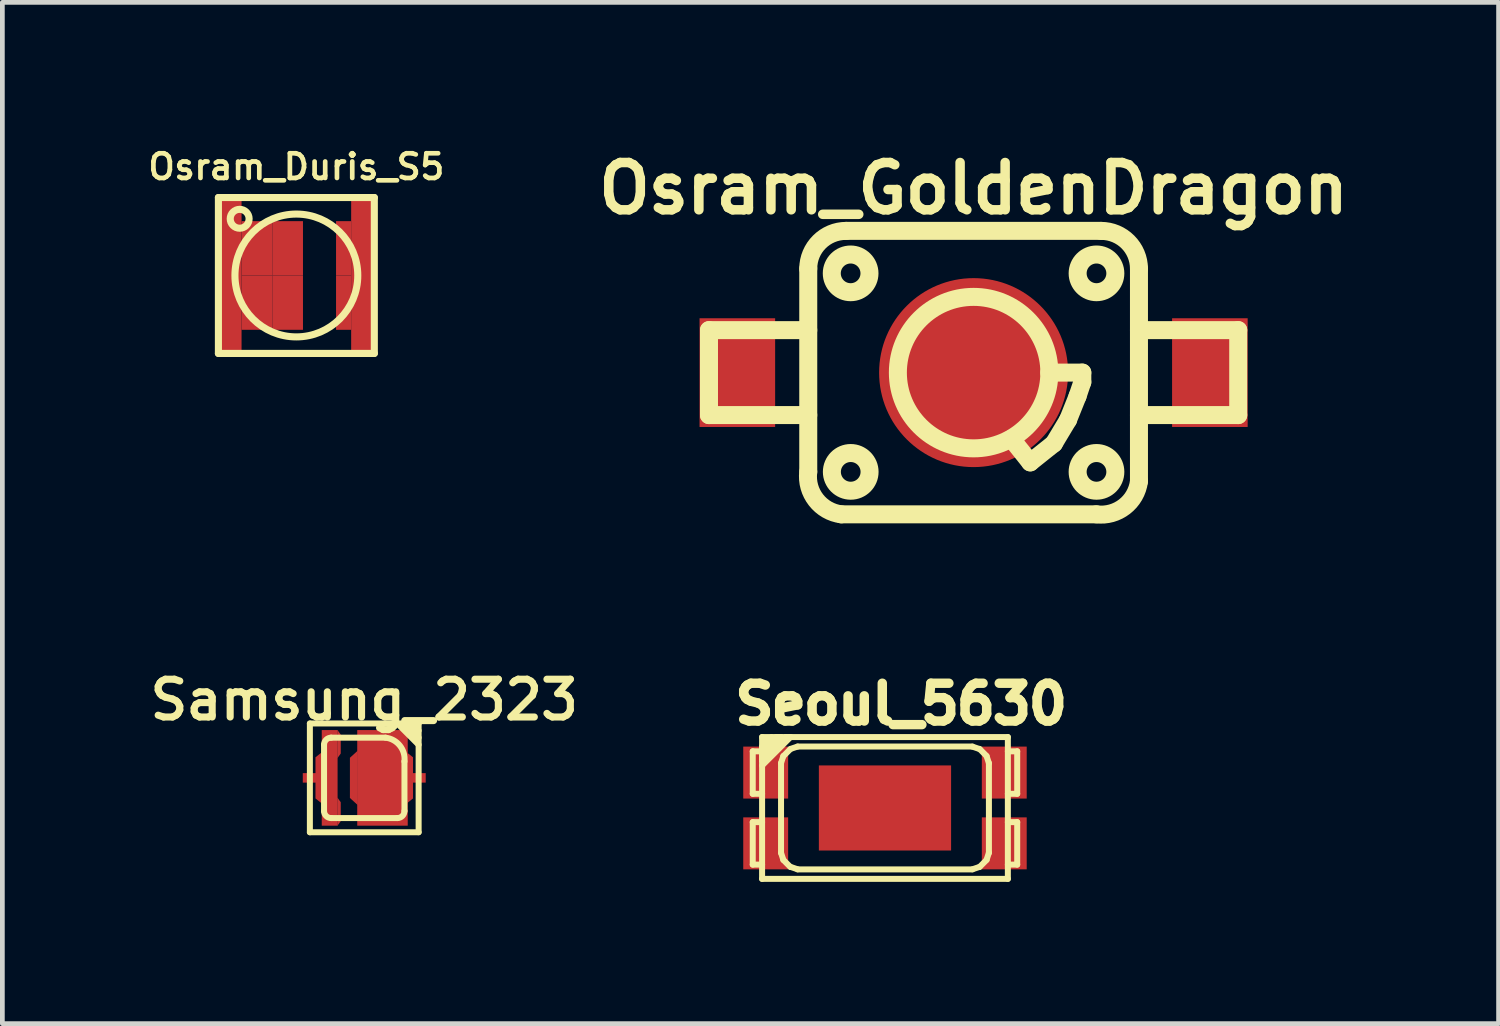
<source format=kicad_pcb>
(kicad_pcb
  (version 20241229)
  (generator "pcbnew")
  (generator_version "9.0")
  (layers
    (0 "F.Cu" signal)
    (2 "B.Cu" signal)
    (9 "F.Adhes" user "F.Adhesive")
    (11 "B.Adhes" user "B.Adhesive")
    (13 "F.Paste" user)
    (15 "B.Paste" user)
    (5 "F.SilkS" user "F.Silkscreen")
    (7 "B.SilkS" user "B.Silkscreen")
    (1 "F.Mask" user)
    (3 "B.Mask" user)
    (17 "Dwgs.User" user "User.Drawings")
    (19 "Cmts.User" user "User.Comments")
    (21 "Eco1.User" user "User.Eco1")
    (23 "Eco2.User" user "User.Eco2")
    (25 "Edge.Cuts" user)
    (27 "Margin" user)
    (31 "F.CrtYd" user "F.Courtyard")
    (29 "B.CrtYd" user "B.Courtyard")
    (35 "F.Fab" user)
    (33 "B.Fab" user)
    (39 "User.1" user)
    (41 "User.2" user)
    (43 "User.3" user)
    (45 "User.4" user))
  (footprint "Osram_GoldenDragon"
    (layer "F.Cu")
    (at 17.558 4.837)
    (property "Reference" "Osram_GoldenDragon" (at 0 -3.899 0) (layer "F.SilkS") (effects (font (size 1.001 1.001) (thickness 0.201))))
    (attr smd)
    (fp_line (start -5.601 -0.899) (end -5.601 0.899) (stroke (width 0.381) (type solid)) (layer "F.SilkS"))
    (fp_line (start -5.601 0.899) (end -3.5 0.899) (stroke (width 0.381) (type solid)) (layer "F.SilkS"))
    (fp_line (start -3.5 -0.899) (end -5.601 -0.899) (stroke (width 0.381) (type solid)) (layer "F.SilkS"))
    (fp_line (start -3.5 2.101) (end -3.5 -2.2) (stroke (width 0.381) (type solid)) (layer "F.SilkS"))
    (fp_line (start -2.7 -3) (end 2.7 -3) (stroke (width 0.381) (type solid)) (layer "F.SilkS"))
    (fp_line (start 1.199 1.9) (end 0.8 1.4) (stroke (width 0.381) (type solid)) (layer "F.SilkS"))
    (fp_line (start 1.6 0) (end 2.301 0) (stroke (width 0.381) (type solid)) (layer "F.SilkS"))
    (fp_line (start 1.699 1.501) (end 1.199 1.9) (stroke (width 0.381) (type solid)) (layer "F.SilkS"))
    (fp_line (start 1.999 1.001) (end 1.699 1.501) (stroke (width 0.381) (type solid)) (layer "F.SilkS"))
    (fp_line (start 2.2 0.5) (end 1.999 1.001) (stroke (width 0.381) (type solid)) (layer "F.SilkS"))
    (fp_line (start 2.301 0) (end 2.301 0.201) (stroke (width 0.381) (type solid)) (layer "F.SilkS"))
    (fp_line (start 2.301 0.201) (end 2.2 0.5) (stroke (width 0.381) (type solid)) (layer "F.SilkS"))
    (fp_line (start 2.601 3) (end -2.799 3) (stroke (width 0.381) (type solid)) (layer "F.SilkS"))
    (fp_line (start 3.5 -2.2) (end 3.5 2.301) (stroke (width 0.381) (type solid)) (layer "F.SilkS"))
    (fp_line (start 5.601 -0.899) (end 3.5 -0.899) (stroke (width 0.381) (type solid)) (layer "F.SilkS"))
    (fp_line (start 5.601 -0.899) (end 5.601 0.899) (stroke (width 0.381) (type solid)) (layer "F.SilkS"))
    (fp_line (start 5.601 0.899) (end 3.5 0.899) (stroke (width 0.381) (type solid)) (layer "F.SilkS"))
    (fp_arc (start -3.50012 -2.19964) (mid -3.265776 -2.765396) (end -2.70002 -2.99974) (stroke (width 0.381) (type solid)) (layer "F.SilkS"))
    (fp_arc (start -2.79908 2.99974) (mid -3.335822 2.69535) (end -3.50012 2.10058) (stroke (width 0.381) (type solid)) (layer "F.SilkS"))
    (fp_arc (start 2.70002 -2.99974) (mid 3.265776 -2.765396) (end 3.50012 -2.19964) (stroke (width 0.381) (type solid)) (layer "F.SilkS"))
    (fp_arc (start 3.50012 2.30124) (mid 3.193934 2.837238) (end 2.59842 2.99974) (stroke (width 0.381) (type solid)) (layer "F.SilkS"))
    (fp_circle (center -2.603 -2.101) (end -3.002 -2.101) (stroke (width 0.381) (type solid)) (fill no) (layer "F.SilkS"))
    (fp_circle (center -2.601 2.101) (end -3 2.101) (stroke (width 0.381) (type solid)) (fill no) (layer "F.SilkS"))
    (fp_circle (center 0 0) (end 1.6 -0.099) (stroke (width 0.381) (type solid)) (fill no) (layer "F.SilkS"))
    (fp_circle (center 2.601 -2.101) (end 3 -2.101) (stroke (width 0.381) (type solid)) (fill no) (layer "F.SilkS"))
    (fp_circle (center 2.601 2.101) (end 3 2.101) (stroke (width 0.381) (type solid)) (fill no) (layer "F.SilkS"))
    (pad "1" smd rect (at -5.001 0) (size 1.6 2.301) (layers "F.Cu" "F.Mask" "F.Paste"))
    (pad "2" smd rect (at 5.001 0) (size 1.6 2.301) (layers "F.Cu" "F.Mask" "F.Paste"))
    (pad "3" smd circle (at 0 0) (size 4 4) (layers "F.Cu" "F.Mask" "F.Paste")))
  (footprint "Seoul_5630"
    (layer "F.Cu")
    (at 15.682 14.052)
    (property "Reference" "Seoul_5630" (at 0.343 -2.2 0) (layer "F.SilkS") (effects (font (size 0.8 0.8) (thickness 0.2))))
    (attr smd)
    (fp_line (start -2.799 -1.199) (end -2.799 -0.3) (stroke (width 0.127) (type solid)) (layer "F.SilkS"))
    (fp_line (start -2.799 -0.3) (end -2.601 -0.3) (stroke (width 0.127) (type solid)) (layer "F.SilkS"))
    (fp_line (start -2.799 0.3) (end -2.799 1.199) (stroke (width 0.127) (type solid)) (layer "F.SilkS"))
    (fp_line (start -2.799 1.199) (end -2.601 1.199) (stroke (width 0.127) (type solid)) (layer "F.SilkS"))
    (fp_line (start -2.601 -1.501) (end -2.601 1.501) (stroke (width 0.127) (type solid)) (layer "F.SilkS"))
    (fp_line (start -2.601 -1.3) (end -2.4 -1.501) (stroke (width 0.127) (type solid)) (layer "F.SilkS"))
    (fp_line (start -2.601 -1.199) (end -2.799 -1.199) (stroke (width 0.127) (type solid)) (layer "F.SilkS"))
    (fp_line (start -2.601 -1.199) (end -2.601 -1.3) (stroke (width 0.127) (type solid)) (layer "F.SilkS"))
    (fp_line (start -2.601 -1.1) (end -2.2 -1.501) (stroke (width 0.127) (type solid)) (layer "F.SilkS"))
    (fp_line (start -2.601 -1.001) (end -2.601 -1.1) (stroke (width 0.127) (type solid)) (layer "F.SilkS"))
    (fp_line (start -2.601 -0.899) (end -1.999 -1.501) (stroke (width 0.127) (type solid)) (layer "F.SilkS"))
    (fp_line (start -2.601 0.3) (end -2.799 0.3) (stroke (width 0.127) (type solid)) (layer "F.SilkS"))
    (fp_line (start -2.601 1.501) (end 2.601 1.501) (stroke (width 0.127) (type solid)) (layer "F.SilkS"))
    (fp_line (start -2.301 -1.501) (end -2.601 -1.199) (stroke (width 0.127) (type solid)) (layer "F.SilkS"))
    (fp_line (start -2.2 -1.501) (end -2.301 -1.501) (stroke (width 0.127) (type solid)) (layer "F.SilkS"))
    (fp_line (start -2.2 -0.95) (end -2.2 0.95) (stroke (width 0.127) (type solid)) (layer "F.SilkS"))
    (fp_line (start -2.2 0.95) (end -2.151 1.1) (stroke (width 0.127) (type solid)) (layer "F.SilkS"))
    (fp_line (start -2.151 -1.1) (end -2.2 -0.95) (stroke (width 0.127) (type solid)) (layer "F.SilkS"))
    (fp_line (start -2.151 1.1) (end -2.002 1.25) (stroke (width 0.127) (type solid)) (layer "F.SilkS"))
    (fp_line (start -2.101 -1.501) (end -2.601 -1.001) (stroke (width 0.127) (type solid)) (layer "F.SilkS"))
    (fp_line (start -2.002 -1.247) (end -2.151 -1.097) (stroke (width 0.127) (type solid)) (layer "F.SilkS"))
    (fp_line (start -1.999 -1.501) (end -2.101 -1.501) (stroke (width 0.127) (type solid)) (layer "F.SilkS"))
    (fp_line (start -1.849 -1.3) (end -1.999 -1.25) (stroke (width 0.127) (type solid)) (layer "F.SilkS"))
    (fp_line (start -1.849 1.298) (end -1.999 1.247) (stroke (width 0.127) (type solid)) (layer "F.SilkS"))
    (fp_line (start -1.849 1.3) (end 1.849 1.3) (stroke (width 0.127) (type solid)) (layer "F.SilkS"))
    (fp_line (start 1.849 -1.3) (end -1.849 -1.3) (stroke (width 0.127) (type solid)) (layer "F.SilkS"))
    (fp_line (start 1.852 1.298) (end 2.002 1.247) (stroke (width 0.127) (type solid)) (layer "F.SilkS"))
    (fp_line (start 2.002 -1.247) (end 1.852 -1.298) (stroke (width 0.127) (type solid)) (layer "F.SilkS"))
    (fp_line (start 2.151 -1.1) (end 2.002 -1.25) (stroke (width 0.127) (type solid)) (layer "F.SilkS"))
    (fp_line (start 2.151 1.1) (end 2.002 1.25) (stroke (width 0.127) (type solid)) (layer "F.SilkS"))
    (fp_line (start 2.2 -0.947) (end 2.151 -1.097) (stroke (width 0.127) (type solid)) (layer "F.SilkS"))
    (fp_line (start 2.2 0.947) (end 2.151 1.097) (stroke (width 0.127) (type solid)) (layer "F.SilkS"))
    (fp_line (start 2.2 0.95) (end 2.2 -0.95) (stroke (width 0.127) (type solid)) (layer "F.SilkS"))
    (fp_line (start 2.601 -1.501) (end -2.601 -1.501) (stroke (width 0.127) (type solid)) (layer "F.SilkS"))
    (fp_line (start 2.601 -0.3) (end 2.799 -0.3) (stroke (width 0.127) (type solid)) (layer "F.SilkS"))
    (fp_line (start 2.601 1.199) (end 2.799 1.199) (stroke (width 0.127) (type solid)) (layer "F.SilkS"))
    (fp_line (start 2.601 1.501) (end 2.601 -1.501) (stroke (width 0.127) (type solid)) (layer "F.SilkS"))
    (fp_line (start 2.799 -1.199) (end 2.601 -1.199) (stroke (width 0.127) (type solid)) (layer "F.SilkS"))
    (fp_line (start 2.799 -0.3) (end 2.799 -1.199) (stroke (width 0.127) (type solid)) (layer "F.SilkS"))
    (fp_line (start 2.799 0.3) (end 2.601 0.3) (stroke (width 0.127) (type solid)) (layer "F.SilkS"))
    (fp_line (start 2.799 1.199) (end 2.799 0.3) (stroke (width 0.127) (type solid)) (layer "F.SilkS"))
    (pad "1" smd rect (at 2.525 -0.749) (size 0.95 1.1) (layers "F.Cu" "F.Mask" "F.Paste"))
    (pad "1" smd rect (at 2.525 0.749) (size 0.95 1.1) (layers "F.Cu" "F.Mask" "F.Paste"))
    (pad "2" smd rect (at -2.525 -0.749) (size 0.95 1.1) (layers "F.Cu" "F.Mask" "F.Paste"))
    (pad "2" smd rect (at -2.525 0.749) (size 0.95 1.1) (layers "F.Cu" "F.Mask" "F.Paste"))
    (pad "3" smd rect (at 0 0) (size 2.799 1.801) (layers "F.Cu" "F.Mask" "F.Paste")))
  (footprint "Samsung_2323"
    (layer "F.Cu")
    (at 4.66 13.415)
    (property "Reference" "Samsung_2323" (at 0 -1.651 0) (layer "F.SilkS") (effects (font (size 0.8 0.8) (thickness 0.15))))
    (attr smd)
    (fp_line (start -1.151 -1.151) (end 1.151 -1.151) (stroke (width 0.127) (type solid)) (layer "F.SilkS"))
    (fp_line (start -1.151 1.151) (end -1.151 -1.151) (stroke (width 0.127) (type solid)) (layer "F.SilkS"))
    (fp_line (start -0.851 0.701) (end -0.851 -0.701) (stroke (width 0.127) (type solid)) (layer "F.SilkS"))
    (fp_line (start -0.701 -0.851) (end 0.45 -0.851) (stroke (width 0.127) (type solid)) (layer "F.SilkS"))
    (fp_line (start 0.701 0.851) (end -0.701 0.851) (stroke (width 0.127) (type solid)) (layer "F.SilkS"))
    (fp_line (start 0.851 -1.151) (end 1.151 -0.851) (stroke (width 0.127) (type solid)) (layer "F.SilkS"))
    (fp_line (start 0.851 -0.351) (end 0.851 0.701) (stroke (width 0.127) (type solid)) (layer "F.SilkS"))
    (fp_line (start 1.001 -1.151) (end 1.151 -1.001) (stroke (width 0.127) (type solid)) (layer "F.SilkS"))
    (fp_line (start 1.151 -1.151) (end 1.151 1.151) (stroke (width 0.127) (type solid)) (layer "F.SilkS"))
    (fp_line (start 1.151 -0.701) (end 0.701 -1.151) (stroke (width 0.127) (type solid)) (layer "F.SilkS"))
    (fp_line (start 1.151 1.151) (end -1.151 1.151) (stroke (width 0.127) (type solid)) (layer "F.SilkS"))
    (fp_arc (start -0.8509 -0.70104) (mid -0.807007 -0.807007) (end -0.70104 -0.8509) (stroke (width 0.127) (type solid)) (layer "F.SilkS"))
    (fp_arc (start -0.70104 0.8509) (mid -0.807007 0.807007) (end -0.8509 0.70104) (stroke (width 0.127) (type solid)) (layer "F.SilkS"))
    (fp_arc (start 0.44958 -0.8509) (mid 0.754398 -0.682556) (end 0.8509 -0.34798) (stroke (width 0.127) (type solid)) (layer "F.SilkS"))
    (fp_arc (start 0.8509 0.70104) (mid 0.807007 0.807007) (end 0.70104 0.8509) (stroke (width 0.127) (type solid)) (layer "F.SilkS"))
    (pad "1" smd rect (at -1.151 0) (size 0.3 0.201) (layers "F.Cu" "F.Mask" "F.Paste"))
    (pad "1" smd trapezoid (at -0.95 0) (size 0.165 1.001) (rect_delta -0.13 0) (layers "F.Cu" "F.Mask" "F.Paste"))
    (pad "1" smd rect (at -0.732 0) (size 0.335 2.024) (layers "F.Cu" "F.Mask" "F.Paste"))
    (pad "1" smd trapezoid (at -0.533 -0.716) (size 0.071 0.5) (rect_delta 0.099 0) (layers "F.Cu" "F.Mask" "F.Paste"))
    (pad "1" smd trapezoid (at -0.533 0.716) (size 0.071 0.5) (rect_delta 0.099 0) (layers "F.Cu" "F.Mask" "F.Paste"))
    (pad "2" smd trapezoid (at -0.221 0) (size 0.165 1.001) (rect_delta -0.15 0) (layers "F.Cu" "F.Mask" "F.Paste"))
    (pad "2" smd rect (at 0.386 0) (size 1.069 2.024) (layers "F.Cu" "F.Mask" "F.Paste"))
    (pad "2" smd trapezoid (at 0.95 0) (size 0.165 1.001) (rect_delta 0.13 0) (layers "F.Cu" "F.Mask" "F.Paste"))
    (pad "2" smd rect (at 1.151 0) (size 0.3 0.201) (layers "F.Cu" "F.Mask" "F.Paste")))
  (footprint "Osram_Duris_S5"
    (layer "F.Cu")
    (at 3.223 2.781)
    (property "Reference" "Osram_Duris_S5" (at 0 -2.301 0) (layer "F.SilkS") (effects (font (size 0.523 0.523) (thickness 0.099))))
    (attr smd)
    (fp_line (start -1.65 -1.65) (end -1.65 1.65) (stroke (width 0.15) (type solid)) (layer "F.SilkS"))
    (fp_line (start -1.65 1.65) (end 1.65 1.65) (stroke (width 0.15) (type solid)) (layer "F.SilkS"))
    (fp_line (start 1.65 -1.65) (end -1.65 -1.65) (stroke (width 0.15) (type solid)) (layer "F.SilkS"))
    (fp_line (start 1.65 1.65) (end 1.65 -1.65) (stroke (width 0.15) (type solid)) (layer "F.SilkS"))
    (fp_circle (center -1.2 -1.2) (end -1.4 -1.2) (stroke (width 0.15) (type solid)) (fill no) (layer "F.SilkS"))
    (fp_circle (center 0 0) (end -1.3 0) (stroke (width 0.15) (type solid)) (fill no) (layer "F.SilkS"))
    (pad "1" smd rect (at 1 -0.575) (size 0.32 1.15) (layers "F.Cu" "F.Mask" "F.Paste"))
    (pad "1" smd rect (at 1 0.575) (size 0.32 1.15) (layers "F.Cu" "F.Mask" "F.Paste"))
    (pad "1" smd rect (at 1.405 0) (size 0.49 3.3) (layers "F.Cu"))
    (pad "2" smd rect (at -1.405 0) (size 0.49 3.3) (layers "F.Cu"))
    (pad "2" smd rect (at -0.835 -0.575) (size 0.65 1.15) (layers "F.Cu" "F.Mask" "F.Paste"))
    (pad "2" smd rect (at -0.835 0.575) (size 0.65 1.15) (layers "F.Cu" "F.Mask" "F.Paste"))
    (pad "2" smd rect (at -0.185 -0.575) (size 0.65 1.15) (layers "F.Cu" "F.Mask" "F.Paste"))
    (pad "2" smd rect (at -0.185 0.575) (size 0.65 1.15) (layers "F.Cu" "F.Mask" "F.Paste")))
  (gr_rect
    (start -3 -3)
    (end 28.67 18.617)
    (stroke (width 0.1) (type default))
    (fill no)
    (layer "Edge.Cuts")))
</source>
